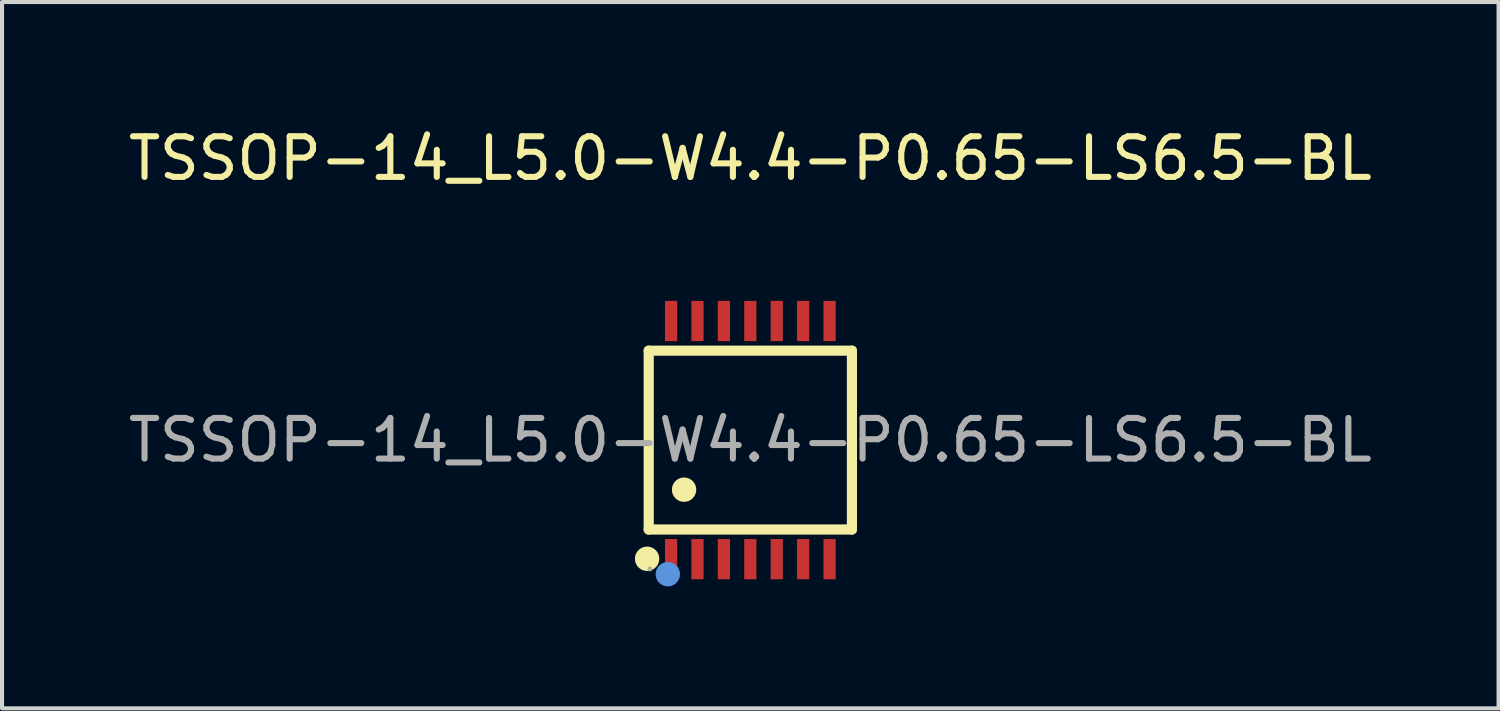
<source format=kicad_pcb>
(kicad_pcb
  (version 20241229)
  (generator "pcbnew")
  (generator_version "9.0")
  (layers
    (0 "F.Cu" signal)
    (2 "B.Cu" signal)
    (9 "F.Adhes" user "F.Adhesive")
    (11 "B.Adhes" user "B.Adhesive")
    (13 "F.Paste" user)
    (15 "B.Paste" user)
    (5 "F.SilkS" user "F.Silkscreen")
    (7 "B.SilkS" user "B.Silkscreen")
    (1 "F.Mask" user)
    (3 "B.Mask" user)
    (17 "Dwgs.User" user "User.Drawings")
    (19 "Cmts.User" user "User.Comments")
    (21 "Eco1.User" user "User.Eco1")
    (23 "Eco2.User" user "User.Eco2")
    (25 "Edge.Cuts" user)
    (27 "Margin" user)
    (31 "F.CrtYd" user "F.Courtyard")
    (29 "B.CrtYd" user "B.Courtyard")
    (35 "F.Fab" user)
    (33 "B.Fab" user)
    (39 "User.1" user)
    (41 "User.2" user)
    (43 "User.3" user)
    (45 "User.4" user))
  (footprint "TSSOP-14_L5.0-W4.4-P0.65-LS6.5-BL"
    (layer "F.Cu")
    (at 15.411 7.778)
    (property "Reference" "TSSOP-14_L5.0-W4.4-P0.65-LS6.5-BL" (at 0 -6.93 0) (layer "F.SilkS") (effects (font (size 1 1) (thickness 0.15))))
    (attr smd)
    (fp_line (start -2.5 2.2) (end -2.5 -2.2) (stroke (width 0.25) (type solid)) (layer "F.SilkS"))
    (fp_line (start -2.5 2.2) (end 2.5 2.2) (stroke (width 0.25) (type solid)) (layer "F.SilkS"))
    (fp_line (start 2.5 -2.2) (end -2.5 -2.2) (stroke (width 0.25) (type solid)) (layer "F.SilkS"))
    (fp_line (start 2.5 -2.2) (end 2.5 2.2) (stroke (width 0.25) (type solid)) (layer "F.SilkS"))
    (fp_circle (center -2.54 2.92) (end -2.39 2.92) (stroke (width 0.3) (type solid)) (fill no) (layer "F.SilkS"))
    (fp_circle (center -1.63 1.22) (end -1.48 1.22) (stroke (width 0.3) (type solid)) (fill no) (layer "F.SilkS"))
    (fp_circle (center -2.03 3.3) (end -1.88 3.3) (stroke (width 0.3) (type solid)) (fill no) (layer "Cmts.User"))
    (fp_circle (center -2.47 3.17) (end -2.44 3.17) (stroke (width 0.06) (type solid)) (fill no) (layer "F.Fab"))
    (fp_text user "${REFERENCE}" (at 0 0 0) (layer "F.Fab") (effects (font (size 1 1) (thickness 0.15))))
    (pad "1" smd rect (at -1.95 2.93) (size 0.3 0.99) (layers "F.Cu" "F.Mask" "F.Paste"))
    (pad "2" smd rect (at -1.3 2.93) (size 0.3 0.99) (layers "F.Cu" "F.Mask" "F.Paste"))
    (pad "3" smd rect (at -0.65 2.93) (size 0.3 0.99) (layers "F.Cu" "F.Mask" "F.Paste"))
    (pad "4" smd rect (at 0 2.93) (size 0.3 0.99) (layers "F.Cu" "F.Mask" "F.Paste"))
    (pad "5" smd rect (at 0.65 2.93) (size 0.3 0.99) (layers "F.Cu" "F.Mask" "F.Paste"))
    (pad "6" smd rect (at 1.3 2.93) (size 0.3 0.99) (layers "F.Cu" "F.Mask" "F.Paste"))
    (pad "7" smd rect (at 1.95 2.93) (size 0.3 0.99) (layers "F.Cu" "F.Mask" "F.Paste"))
    (pad "8" smd rect (at 1.95 -2.93) (size 0.3 0.99) (layers "F.Cu" "F.Mask" "F.Paste"))
    (pad "9" smd rect (at 1.3 -2.93) (size 0.3 0.99) (layers "F.Cu" "F.Mask" "F.Paste"))
    (pad "10" smd rect (at 0.65 -2.93) (size 0.3 0.99) (layers "F.Cu" "F.Mask" "F.Paste"))
    (pad "11" smd rect (at 0 -2.93) (size 0.3 0.99) (layers "F.Cu" "F.Mask" "F.Paste"))
    (pad "12" smd rect (at -0.65 -2.93) (size 0.3 0.99) (layers "F.Cu" "F.Mask" "F.Paste"))
    (pad "13" smd rect (at -1.3 -2.93) (size 0.3 0.99) (layers "F.Cu" "F.Mask" "F.Paste"))
    (pad "14" smd rect (at -1.95 -2.93) (size 0.3 0.99) (layers "F.Cu" "F.Mask" "F.Paste")))
  (gr_rect
    (start -3 -3)
    (end 33.821 14.378)
    (stroke (width 0.1) (type default))
    (fill no)
    (layer "Edge.Cuts")))
</source>
